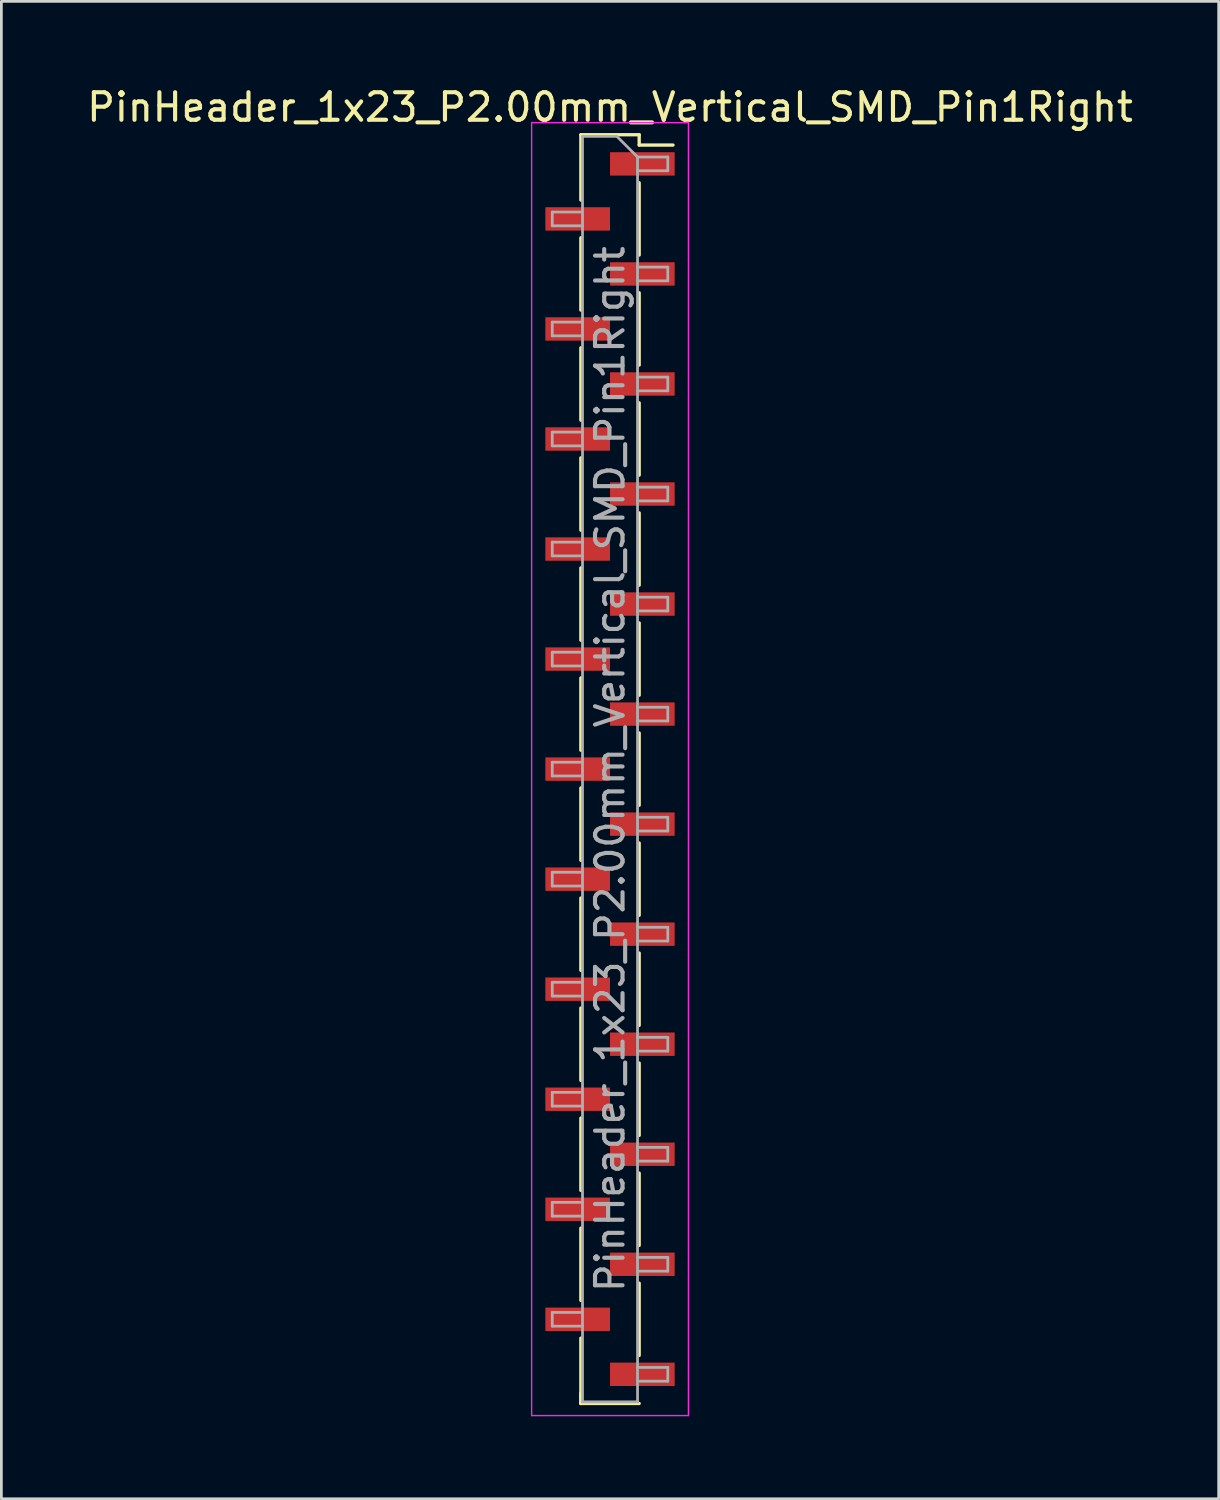
<source format=kicad_pcb>
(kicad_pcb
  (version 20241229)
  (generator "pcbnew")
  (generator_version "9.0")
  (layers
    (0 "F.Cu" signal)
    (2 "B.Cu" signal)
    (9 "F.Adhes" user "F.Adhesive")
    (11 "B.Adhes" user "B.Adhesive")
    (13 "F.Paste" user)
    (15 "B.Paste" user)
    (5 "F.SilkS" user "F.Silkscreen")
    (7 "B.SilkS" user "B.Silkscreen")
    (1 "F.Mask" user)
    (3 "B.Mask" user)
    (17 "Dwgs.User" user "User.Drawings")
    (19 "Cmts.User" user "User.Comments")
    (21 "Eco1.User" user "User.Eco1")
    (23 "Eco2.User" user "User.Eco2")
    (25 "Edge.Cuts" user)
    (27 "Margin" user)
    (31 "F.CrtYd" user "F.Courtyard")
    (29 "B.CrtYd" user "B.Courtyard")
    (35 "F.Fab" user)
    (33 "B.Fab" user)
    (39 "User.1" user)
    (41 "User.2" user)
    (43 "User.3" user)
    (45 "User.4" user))
  (footprint "PinHeader_1x23_P2.00mm_Vertical_SMD_Pin1Right"
    (layer "F.Cu")
    (at 19.125 24.908)
    (property "Reference" "PinHeader_1x23_P2.00mm_Vertical_SMD_Pin1Right" (at 0 -24.06 0) (layer "F.SilkS") (effects (font (size 1 1) (thickness 0.15))))
    (attr smd)
    (fp_line (start -1.06 -23.06) (end -1.06 -20.685) (stroke (width 0.12) (type solid)) (layer "F.SilkS"))
    (fp_line (start -1.06 -23.06) (end 1.06 -23.06) (stroke (width 0.12) (type solid)) (layer "F.SilkS"))
    (fp_line (start -1.06 -19.315) (end -1.06 -16.685) (stroke (width 0.12) (type solid)) (layer "F.SilkS"))
    (fp_line (start -1.06 -15.315) (end -1.06 -12.685) (stroke (width 0.12) (type solid)) (layer "F.SilkS"))
    (fp_line (start -1.06 -11.315) (end -1.06 -8.685) (stroke (width 0.12) (type solid)) (layer "F.SilkS"))
    (fp_line (start -1.06 -7.315) (end -1.06 -4.685) (stroke (width 0.12) (type solid)) (layer "F.SilkS"))
    (fp_line (start -1.06 -3.315) (end -1.06 -0.685) (stroke (width 0.12) (type solid)) (layer "F.SilkS"))
    (fp_line (start -1.06 0.685) (end -1.06 3.315) (stroke (width 0.12) (type solid)) (layer "F.SilkS"))
    (fp_line (start -1.06 4.685) (end -1.06 7.315) (stroke (width 0.12) (type solid)) (layer "F.SilkS"))
    (fp_line (start -1.06 8.685) (end -1.06 11.315) (stroke (width 0.12) (type solid)) (layer "F.SilkS"))
    (fp_line (start -1.06 12.685) (end -1.06 15.315) (stroke (width 0.12) (type solid)) (layer "F.SilkS"))
    (fp_line (start -1.06 16.685) (end -1.06 19.315) (stroke (width 0.12) (type solid)) (layer "F.SilkS"))
    (fp_line (start -1.06 20.685) (end -1.06 23.06) (stroke (width 0.12) (type solid)) (layer "F.SilkS"))
    (fp_line (start -1.06 22.685) (end -1.06 23.06) (stroke (width 0.12) (type solid)) (layer "F.SilkS"))
    (fp_line (start -1.06 23.06) (end 1.06 23.06) (stroke (width 0.12) (type solid)) (layer "F.SilkS"))
    (fp_line (start 1.06 -23.06) (end 1.06 -22.685) (stroke (width 0.12) (type solid)) (layer "F.SilkS"))
    (fp_line (start 1.06 -22.685) (end 2.29 -22.685) (stroke (width 0.12) (type solid)) (layer "F.SilkS"))
    (fp_line (start 1.06 -21.315) (end 1.06 -18.685) (stroke (width 0.12) (type solid)) (layer "F.SilkS"))
    (fp_line (start 1.06 -17.315) (end 1.06 -14.685) (stroke (width 0.12) (type solid)) (layer "F.SilkS"))
    (fp_line (start 1.06 -13.315) (end 1.06 -10.685) (stroke (width 0.12) (type solid)) (layer "F.SilkS"))
    (fp_line (start 1.06 -9.315) (end 1.06 -6.685) (stroke (width 0.12) (type solid)) (layer "F.SilkS"))
    (fp_line (start 1.06 -5.315) (end 1.06 -2.685) (stroke (width 0.12) (type solid)) (layer "F.SilkS"))
    (fp_line (start 1.06 -1.315) (end 1.06 1.315) (stroke (width 0.12) (type solid)) (layer "F.SilkS"))
    (fp_line (start 1.06 2.685) (end 1.06 5.315) (stroke (width 0.12) (type solid)) (layer "F.SilkS"))
    (fp_line (start 1.06 6.685) (end 1.06 9.315) (stroke (width 0.12) (type solid)) (layer "F.SilkS"))
    (fp_line (start 1.06 10.685) (end 1.06 13.315) (stroke (width 0.12) (type solid)) (layer "F.SilkS"))
    (fp_line (start 1.06 14.685) (end 1.06 17.315) (stroke (width 0.12) (type solid)) (layer "F.SilkS"))
    (fp_line (start 1.06 18.685) (end 1.06 21.315) (stroke (width 0.12) (type solid)) (layer "F.SilkS"))
    (fp_line (start -2.85 -23.5) (end -2.85 23.5) (stroke (width 0.05) (type solid)) (layer "F.CrtYd"))
    (fp_line (start -2.85 23.5) (end 2.85 23.5) (stroke (width 0.05) (type solid)) (layer "F.CrtYd"))
    (fp_line (start 2.85 -23.5) (end -2.85 -23.5) (stroke (width 0.05) (type solid)) (layer "F.CrtYd"))
    (fp_line (start 2.85 23.5) (end 2.85 -23.5) (stroke (width 0.05) (type solid)) (layer "F.CrtYd"))
    (fp_line (start -2.1 -20.25) (end -2.1 -19.75) (stroke (width 0.1) (type solid)) (layer "F.Fab"))
    (fp_line (start -2.1 -19.75) (end -1 -19.75) (stroke (width 0.1) (type solid)) (layer "F.Fab"))
    (fp_line (start -2.1 -16.25) (end -2.1 -15.75) (stroke (width 0.1) (type solid)) (layer "F.Fab"))
    (fp_line (start -2.1 -15.75) (end -1 -15.75) (stroke (width 0.1) (type solid)) (layer "F.Fab"))
    (fp_line (start -2.1 -12.25) (end -2.1 -11.75) (stroke (width 0.1) (type solid)) (layer "F.Fab"))
    (fp_line (start -2.1 -11.75) (end -1 -11.75) (stroke (width 0.1) (type solid)) (layer "F.Fab"))
    (fp_line (start -2.1 -8.25) (end -2.1 -7.75) (stroke (width 0.1) (type solid)) (layer "F.Fab"))
    (fp_line (start -2.1 -7.75) (end -1 -7.75) (stroke (width 0.1) (type solid)) (layer "F.Fab"))
    (fp_line (start -2.1 -4.25) (end -2.1 -3.75) (stroke (width 0.1) (type solid)) (layer "F.Fab"))
    (fp_line (start -2.1 -3.75) (end -1 -3.75) (stroke (width 0.1) (type solid)) (layer "F.Fab"))
    (fp_line (start -2.1 -0.25) (end -2.1 0.25) (stroke (width 0.1) (type solid)) (layer "F.Fab"))
    (fp_line (start -2.1 0.25) (end -1 0.25) (stroke (width 0.1) (type solid)) (layer "F.Fab"))
    (fp_line (start -2.1 3.75) (end -2.1 4.25) (stroke (width 0.1) (type solid)) (layer "F.Fab"))
    (fp_line (start -2.1 4.25) (end -1 4.25) (stroke (width 0.1) (type solid)) (layer "F.Fab"))
    (fp_line (start -2.1 7.75) (end -2.1 8.25) (stroke (width 0.1) (type solid)) (layer "F.Fab"))
    (fp_line (start -2.1 8.25) (end -1 8.25) (stroke (width 0.1) (type solid)) (layer "F.Fab"))
    (fp_line (start -2.1 11.75) (end -2.1 12.25) (stroke (width 0.1) (type solid)) (layer "F.Fab"))
    (fp_line (start -2.1 12.25) (end -1 12.25) (stroke (width 0.1) (type solid)) (layer "F.Fab"))
    (fp_line (start -2.1 15.75) (end -2.1 16.25) (stroke (width 0.1) (type solid)) (layer "F.Fab"))
    (fp_line (start -2.1 16.25) (end -1 16.25) (stroke (width 0.1) (type solid)) (layer "F.Fab"))
    (fp_line (start -2.1 19.75) (end -2.1 20.25) (stroke (width 0.1) (type solid)) (layer "F.Fab"))
    (fp_line (start -2.1 20.25) (end -1 20.25) (stroke (width 0.1) (type solid)) (layer "F.Fab"))
    (fp_line (start -1 -23) (end -1 23) (stroke (width 0.1) (type solid)) (layer "F.Fab"))
    (fp_line (start -1 -23) (end 0.25 -23) (stroke (width 0.1) (type solid)) (layer "F.Fab"))
    (fp_line (start -1 -20.25) (end -2.1 -20.25) (stroke (width 0.1) (type solid)) (layer "F.Fab"))
    (fp_line (start -1 -16.25) (end -2.1 -16.25) (stroke (width 0.1) (type solid)) (layer "F.Fab"))
    (fp_line (start -1 -12.25) (end -2.1 -12.25) (stroke (width 0.1) (type solid)) (layer "F.Fab"))
    (fp_line (start -1 -8.25) (end -2.1 -8.25) (stroke (width 0.1) (type solid)) (layer "F.Fab"))
    (fp_line (start -1 -4.25) (end -2.1 -4.25) (stroke (width 0.1) (type solid)) (layer "F.Fab"))
    (fp_line (start -1 -0.25) (end -2.1 -0.25) (stroke (width 0.1) (type solid)) (layer "F.Fab"))
    (fp_line (start -1 3.75) (end -2.1 3.75) (stroke (width 0.1) (type solid)) (layer "F.Fab"))
    (fp_line (start -1 7.75) (end -2.1 7.75) (stroke (width 0.1) (type solid)) (layer "F.Fab"))
    (fp_line (start -1 11.75) (end -2.1 11.75) (stroke (width 0.1) (type solid)) (layer "F.Fab"))
    (fp_line (start -1 15.75) (end -2.1 15.75) (stroke (width 0.1) (type solid)) (layer "F.Fab"))
    (fp_line (start -1 19.75) (end -2.1 19.75) (stroke (width 0.1) (type solid)) (layer "F.Fab"))
    (fp_line (start 1 -22.25) (end 0.25 -23) (stroke (width 0.1) (type solid)) (layer "F.Fab"))
    (fp_line (start 1 -22.25) (end 2.1 -22.25) (stroke (width 0.1) (type solid)) (layer "F.Fab"))
    (fp_line (start 1 -18.25) (end 2.1 -18.25) (stroke (width 0.1) (type solid)) (layer "F.Fab"))
    (fp_line (start 1 -14.25) (end 2.1 -14.25) (stroke (width 0.1) (type solid)) (layer "F.Fab"))
    (fp_line (start 1 -10.25) (end 2.1 -10.25) (stroke (width 0.1) (type solid)) (layer "F.Fab"))
    (fp_line (start 1 -6.25) (end 2.1 -6.25) (stroke (width 0.1) (type solid)) (layer "F.Fab"))
    (fp_line (start 1 -2.25) (end 2.1 -2.25) (stroke (width 0.1) (type solid)) (layer "F.Fab"))
    (fp_line (start 1 1.75) (end 2.1 1.75) (stroke (width 0.1) (type solid)) (layer "F.Fab"))
    (fp_line (start 1 5.75) (end 2.1 5.75) (stroke (width 0.1) (type solid)) (layer "F.Fab"))
    (fp_line (start 1 9.75) (end 2.1 9.75) (stroke (width 0.1) (type solid)) (layer "F.Fab"))
    (fp_line (start 1 13.75) (end 2.1 13.75) (stroke (width 0.1) (type solid)) (layer "F.Fab"))
    (fp_line (start 1 17.75) (end 2.1 17.75) (stroke (width 0.1) (type solid)) (layer "F.Fab"))
    (fp_line (start 1 21.75) (end 2.1 21.75) (stroke (width 0.1) (type solid)) (layer "F.Fab"))
    (fp_line (start 1 23) (end -1 23) (stroke (width 0.1) (type solid)) (layer "F.Fab"))
    (fp_line (start 1 23) (end 1 -22.25) (stroke (width 0.1) (type solid)) (layer "F.Fab"))
    (fp_line (start 2.1 -22.25) (end 2.1 -21.75) (stroke (width 0.1) (type solid)) (layer "F.Fab"))
    (fp_line (start 2.1 -21.75) (end 1 -21.75) (stroke (width 0.1) (type solid)) (layer "F.Fab"))
    (fp_line (start 2.1 -18.25) (end 2.1 -17.75) (stroke (width 0.1) (type solid)) (layer "F.Fab"))
    (fp_line (start 2.1 -17.75) (end 1 -17.75) (stroke (width 0.1) (type solid)) (layer "F.Fab"))
    (fp_line (start 2.1 -14.25) (end 2.1 -13.75) (stroke (width 0.1) (type solid)) (layer "F.Fab"))
    (fp_line (start 2.1 -13.75) (end 1 -13.75) (stroke (width 0.1) (type solid)) (layer "F.Fab"))
    (fp_line (start 2.1 -10.25) (end 2.1 -9.75) (stroke (width 0.1) (type solid)) (layer "F.Fab"))
    (fp_line (start 2.1 -9.75) (end 1 -9.75) (stroke (width 0.1) (type solid)) (layer "F.Fab"))
    (fp_line (start 2.1 -6.25) (end 2.1 -5.75) (stroke (width 0.1) (type solid)) (layer "F.Fab"))
    (fp_line (start 2.1 -5.75) (end 1 -5.75) (stroke (width 0.1) (type solid)) (layer "F.Fab"))
    (fp_line (start 2.1 -2.25) (end 2.1 -1.75) (stroke (width 0.1) (type solid)) (layer "F.Fab"))
    (fp_line (start 2.1 -1.75) (end 1 -1.75) (stroke (width 0.1) (type solid)) (layer "F.Fab"))
    (fp_line (start 2.1 1.75) (end 2.1 2.25) (stroke (width 0.1) (type solid)) (layer "F.Fab"))
    (fp_line (start 2.1 2.25) (end 1 2.25) (stroke (width 0.1) (type solid)) (layer "F.Fab"))
    (fp_line (start 2.1 5.75) (end 2.1 6.25) (stroke (width 0.1) (type solid)) (layer "F.Fab"))
    (fp_line (start 2.1 6.25) (end 1 6.25) (stroke (width 0.1) (type solid)) (layer "F.Fab"))
    (fp_line (start 2.1 9.75) (end 2.1 10.25) (stroke (width 0.1) (type solid)) (layer "F.Fab"))
    (fp_line (start 2.1 10.25) (end 1 10.25) (stroke (width 0.1) (type solid)) (layer "F.Fab"))
    (fp_line (start 2.1 13.75) (end 2.1 14.25) (stroke (width 0.1) (type solid)) (layer "F.Fab"))
    (fp_line (start 2.1 14.25) (end 1 14.25) (stroke (width 0.1) (type solid)) (layer "F.Fab"))
    (fp_line (start 2.1 17.75) (end 2.1 18.25) (stroke (width 0.1) (type solid)) (layer "F.Fab"))
    (fp_line (start 2.1 18.25) (end 1 18.25) (stroke (width 0.1) (type solid)) (layer "F.Fab"))
    (fp_line (start 2.1 21.75) (end 2.1 22.25) (stroke (width 0.1) (type solid)) (layer "F.Fab"))
    (fp_line (start 2.1 22.25) (end 1 22.25) (stroke (width 0.1) (type solid)) (layer "F.Fab"))
    (fp_text user "${REFERENCE}" (at 0 0 90) (layer "F.Fab") (effects (font (size 1 1) (thickness 0.15))))
    (pad "1" smd rect (at 1.175 -22) (size 2.35 0.85) (layers "F.Cu" "F.Mask" "F.Paste"))
    (pad "2" smd rect (at -1.175 -20) (size 2.35 0.85) (layers "F.Cu" "F.Mask" "F.Paste"))
    (pad "3" smd rect (at 1.175 -18) (size 2.35 0.85) (layers "F.Cu" "F.Mask" "F.Paste"))
    (pad "4" smd rect (at -1.175 -16) (size 2.35 0.85) (layers "F.Cu" "F.Mask" "F.Paste"))
    (pad "5" smd rect (at 1.175 -14) (size 2.35 0.85) (layers "F.Cu" "F.Mask" "F.Paste"))
    (pad "6" smd rect (at -1.175 -12) (size 2.35 0.85) (layers "F.Cu" "F.Mask" "F.Paste"))
    (pad "7" smd rect (at 1.175 -10) (size 2.35 0.85) (layers "F.Cu" "F.Mask" "F.Paste"))
    (pad "8" smd rect (at -1.175 -8) (size 2.35 0.85) (layers "F.Cu" "F.Mask" "F.Paste"))
    (pad "9" smd rect (at 1.175 -6) (size 2.35 0.85) (layers "F.Cu" "F.Mask" "F.Paste"))
    (pad "10" smd rect (at -1.175 -4) (size 2.35 0.85) (layers "F.Cu" "F.Mask" "F.Paste"))
    (pad "11" smd rect (at 1.175 -2) (size 2.35 0.85) (layers "F.Cu" "F.Mask" "F.Paste"))
    (pad "12" smd rect (at -1.175 0) (size 2.35 0.85) (layers "F.Cu" "F.Mask" "F.Paste"))
    (pad "13" smd rect (at 1.175 2) (size 2.35 0.85) (layers "F.Cu" "F.Mask" "F.Paste"))
    (pad "14" smd rect (at -1.175 4) (size 2.35 0.85) (layers "F.Cu" "F.Mask" "F.Paste"))
    (pad "15" smd rect (at 1.175 6) (size 2.35 0.85) (layers "F.Cu" "F.Mask" "F.Paste"))
    (pad "16" smd rect (at -1.175 8) (size 2.35 0.85) (layers "F.Cu" "F.Mask" "F.Paste"))
    (pad "17" smd rect (at 1.175 10) (size 2.35 0.85) (layers "F.Cu" "F.Mask" "F.Paste"))
    (pad "18" smd rect (at -1.175 12) (size 2.35 0.85) (layers "F.Cu" "F.Mask" "F.Paste"))
    (pad "19" smd rect (at 1.175 14) (size 2.35 0.85) (layers "F.Cu" "F.Mask" "F.Paste"))
    (pad "20" smd rect (at -1.175 16) (size 2.35 0.85) (layers "F.Cu" "F.Mask" "F.Paste"))
    (pad "21" smd rect (at 1.175 18) (size 2.35 0.85) (layers "F.Cu" "F.Mask" "F.Paste"))
    (pad "22" smd rect (at -1.175 20) (size 2.35 0.85) (layers "F.Cu" "F.Mask" "F.Paste"))
    (pad "23" smd rect (at 1.175 22) (size 2.35 0.85) (layers "F.Cu" "F.Mask" "F.Paste")))
  (gr_rect
    (start -3 -3)
    (end 41.25 51.433)
    (stroke (width 0.1) (type default))
    (fill no)
    (layer "Edge.Cuts")))
</source>
